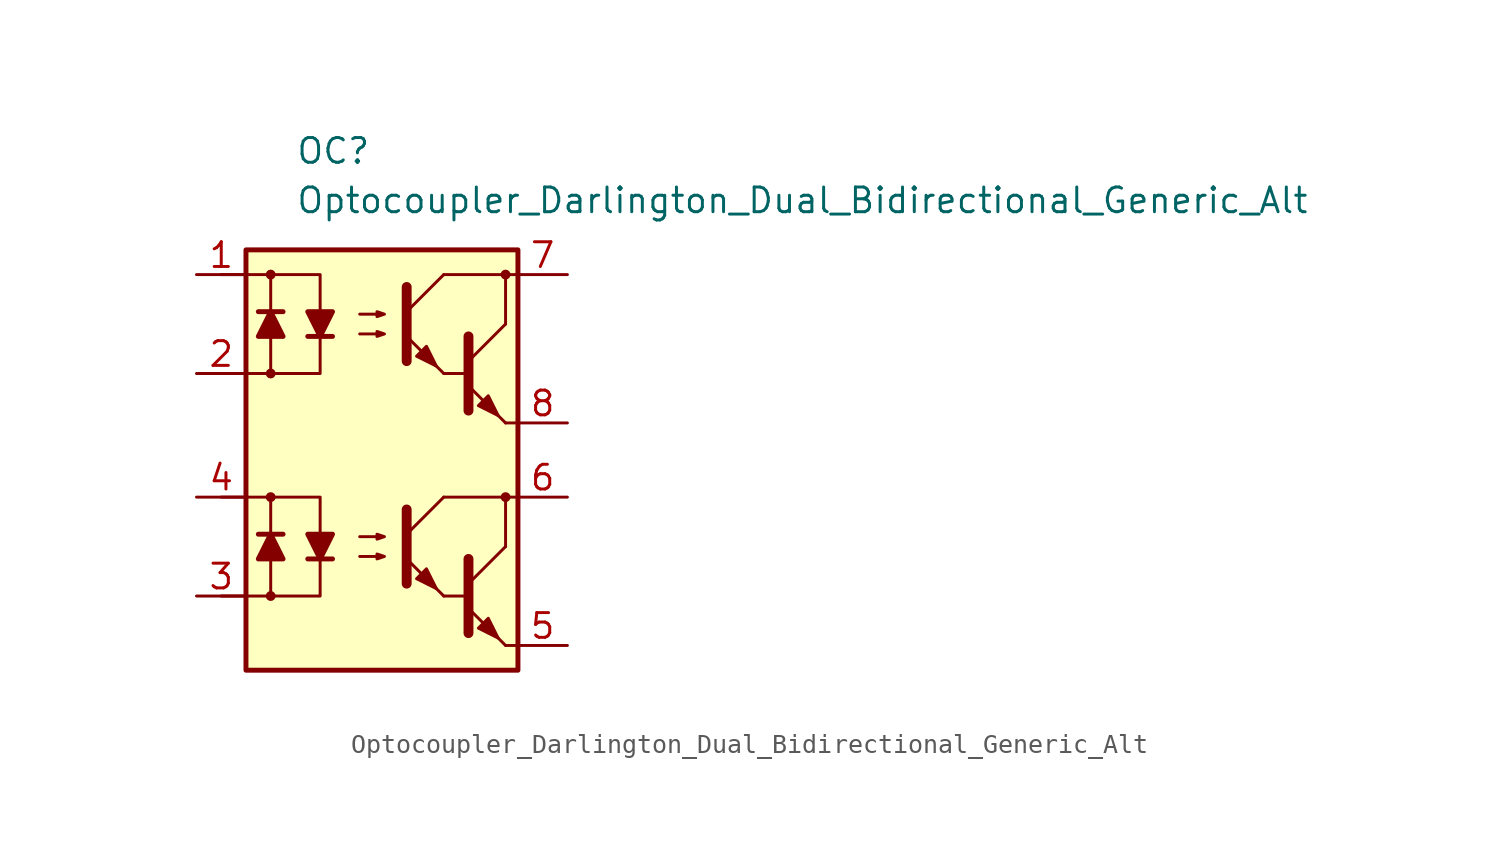
<source format=kicad_sym>
(kicad_symbol_lib
  (version 20211014)
  (generator kicad_symbol_editor)
  (symbol "Optocoupler_Darlington_Dual_Bidirectional_Generic_Alt"
    (pin_names
      (offset 1.016))
    (property "Reference" "OC"
      (at -3.81 15.24 0)
      (effects (font (size 1.27 1.27)) (justify left)))
    (property "Value" "Optocoupler_Darlington_Dual_Bidirectional_Generic_Alt"
      (at -3.81 12.7 0)
      (effects (font (size 1.27 1.27)) (justify left)))
    (symbol "Optocoupler_Darlington_Dual_Bidirectional_Generic_Alt_0_1"
      (rectangle (start -6.35 10.16) (end 7.62 -11.43) (stroke (width 0.254) (type default) (color 0 0 0 0)) (fill (type background)))
      (polyline (pts (xy 3.81 3.81) (xy 5.08 3.81)) (stroke (width 0) (type default) (color 0 0 0 0)) (fill (type none)))
      (polyline (pts (xy 5.08 4.445) (xy 6.985 6.35)) (stroke (width 0) (type default) (color 0 0 0 0)) (fill (type none)))
      (polyline (pts (xy 6.985 1.27) (xy 5.08 3.175)) (stroke (width 0) (type default) (color 0 0 0 0)) (fill (type outline)))
      (polyline (pts (xy 6.985 1.27) (xy 7.62 1.27)) (stroke (width 0) (type default) (color 0 0 0 0)) (fill (type none)))
      (polyline (pts (xy 6.985 6.35) (xy 6.985 8.89)) (stroke (width 0) (type default) (color 0 0 0 0)) (fill (type none)))
      (polyline (pts (xy 7.62 8.89) (xy 3.81 8.89)) (stroke (width 0) (type default) (color 0 0 0 0)) (fill (type none)))
      (polyline (pts (xy 5.08 5.715) (xy 5.08 1.905) (xy 5.08 1.905)) (stroke (width 0.508) (type default) (color 0 0 0 0)) (fill (type none)))
      (polyline (pts (xy -0.508 5.842) (xy 0.762 5.842) (xy 0.381 5.715) (xy 0.381 5.969) (xy 0.762 5.842)) (stroke (width 0) (type default) (color 0 0 0 0)) (fill (type none)))
      (polyline (pts (xy -0.508 6.858) (xy 0.762 6.858) (xy 0.381 6.731) (xy 0.381 6.985) (xy 0.762 6.858)) (stroke (width 0) (type default) (color 0 0 0 0)) (fill (type none)))
      (polyline (pts (xy 5.588 2.159) (xy 6.096 2.667) (xy 6.604 1.651) (xy 5.588 2.159) (xy 5.588 2.159)) (stroke (width 0) (type default) (color 0 0 0 0)) (fill (type outline)))
      (circle (center 6.985 8.89) (radius 0.178) (stroke (width 0) (type default) (color 0 0 0 0)) (fill (type outline))))
    (symbol "Optocoupler_Darlington_Dual_Bidirectional_Generic_Alt_1_1"
      (circle (center -5.08 -7.62) (radius 0.178) (stroke (width 0) (type default) (color 0 0 0 0)) (fill (type outline)))
      (circle (center -5.08 -2.54) (radius 0.178) (stroke (width 0) (type default) (color 0 0 0 0)) (fill (type outline)))
      (circle (center -5.08 3.81) (radius 0.178) (stroke (width 0) (type default) (color 0 0 0 0)) (fill (type outline)))
      (circle (center -5.08 8.89) (radius 0.178) (stroke (width 0) (type default) (color 0 0 0 0)) (fill (type outline)))
      (polyline (pts (xy -4.445 -4.445) (xy -5.715 -4.445)) (stroke (width 0.254) (type default) (color 0 0 0 0)) (fill (type none)))
      (polyline (pts (xy -4.445 6.985) (xy -5.715 6.985)) (stroke (width 0.254) (type default) (color 0 0 0 0)) (fill (type none)))
      (polyline (pts (xy -3.175 -5.715) (xy -1.905 -5.715)) (stroke (width 0.254) (type default) (color 0 0 0 0)) (fill (type none)))
      (polyline (pts (xy -3.175 5.715) (xy -1.905 5.715)) (stroke (width 0.254) (type default) (color 0 0 0 0)) (fill (type none)))
      (polyline (pts (xy 1.905 -4.445) (xy 3.81 -2.54)) (stroke (width 0) (type default) (color 0 0 0 0)) (fill (type none)))
      (polyline (pts (xy 1.905 6.985) (xy 3.81 8.89)) (stroke (width 0) (type default) (color 0 0 0 0)) (fill (type none)))
      (polyline (pts (xy 3.81 -7.62) (xy 1.905 -5.715)) (stroke (width 0) (type default) (color 0 0 0 0)) (fill (type outline)))
      (polyline (pts (xy 3.81 -7.62) (xy 5.08 -7.62)) (stroke (width 0) (type default) (color 0 0 0 0)) (fill (type none)))
      (polyline (pts (xy 3.81 3.81) (xy 1.905 5.715)) (stroke (width 0) (type default) (color 0 0 0 0)) (fill (type outline)))
      (polyline (pts (xy 5.08 -6.985) (xy 6.985 -5.08)) (stroke (width 0) (type default) (color 0 0 0 0)) (fill (type none)))
      (polyline (pts (xy 6.985 -10.16) (xy 5.08 -8.255)) (stroke (width 0) (type default) (color 0 0 0 0)) (fill (type outline)))
      (polyline (pts (xy 6.985 -10.16) (xy 7.62 -10.16)) (stroke (width 0) (type default) (color 0 0 0 0)) (fill (type none)))
      (polyline (pts (xy 6.985 -5.08) (xy 6.985 -2.54)) (stroke (width 0) (type default) (color 0 0 0 0)) (fill (type none)))
      (polyline (pts (xy 7.62 -2.54) (xy 3.81 -2.54)) (stroke (width 0) (type default) (color 0 0 0 0)) (fill (type none)))
      (polyline (pts (xy -7.62 -2.54) (xy -5.08 -2.54) (xy -5.08 -5.715)) (stroke (width 0) (type default) (color 0 0 0 0)) (fill (type none)))
      (polyline (pts (xy -7.62 8.89) (xy -5.08 8.89) (xy -5.08 5.715)) (stroke (width 0) (type default) (color 0 0 0 0)) (fill (type none)))
      (polyline (pts (xy -5.08 -5.715) (xy -5.08 -7.62) (xy -7.62 -7.62)) (stroke (width 0) (type default) (color 0 0 0 0)) (fill (type none)))
      (polyline (pts (xy -5.08 -2.54) (xy -2.54 -2.54) (xy -2.54 -5.715)) (stroke (width 0) (type default) (color 0 0 0 0)) (fill (type none)))
      (polyline (pts (xy -5.08 5.715) (xy -5.08 3.81) (xy -7.62 3.81)) (stroke (width 0) (type default) (color 0 0 0 0)) (fill (type none)))
      (polyline (pts (xy -5.08 8.89) (xy -2.54 8.89) (xy -2.54 5.715)) (stroke (width 0) (type default) (color 0 0 0 0)) (fill (type none)))
      (polyline (pts (xy -2.54 -5.715) (xy -2.54 -7.62) (xy -5.08 -7.62)) (stroke (width 0) (type default) (color 0 0 0 0)) (fill (type none)))
      (polyline (pts (xy -2.54 5.715) (xy -2.54 3.81) (xy -5.08 3.81)) (stroke (width 0) (type default) (color 0 0 0 0)) (fill (type none)))
      (polyline (pts (xy 1.905 -3.175) (xy 1.905 -6.985) (xy 1.905 -6.985)) (stroke (width 0.508) (type default) (color 0 0 0 0)) (fill (type none)))
      (polyline (pts (xy 1.905 8.255) (xy 1.905 4.445) (xy 1.905 4.445)) (stroke (width 0.508) (type default) (color 0 0 0 0)) (fill (type none)))
      (polyline (pts (xy 5.08 -5.715) (xy 5.08 -9.525) (xy 5.08 -9.525)) (stroke (width 0.508) (type default) (color 0 0 0 0)) (fill (type none)))
      (polyline (pts (xy -5.08 -4.445) (xy -4.445 -5.715) (xy -5.715 -5.715) (xy -5.08 -4.445)) (stroke (width 0.254) (type default) (color 0 0 0 0)) (fill (type outline)))
      (polyline (pts (xy -5.08 6.985) (xy -4.445 5.715) (xy -5.715 5.715) (xy -5.08 6.985)) (stroke (width 0.254) (type default) (color 0 0 0 0)) (fill (type outline)))
      (polyline (pts (xy -2.54 -5.715) (xy -3.175 -4.445) (xy -1.905 -4.445) (xy -2.54 -5.715)) (stroke (width 0.254) (type default) (color 0 0 0 0)) (fill (type outline)))
      (polyline (pts (xy -2.54 5.715) (xy -3.175 6.985) (xy -1.905 6.985) (xy -2.54 5.715)) (stroke (width 0.254) (type default) (color 0 0 0 0)) (fill (type outline)))
      (polyline (pts (xy -0.508 -5.588) (xy 0.762 -5.588) (xy 0.381 -5.715) (xy 0.381 -5.461) (xy 0.762 -5.588)) (stroke (width 0) (type default) (color 0 0 0 0)) (fill (type none)))
      (polyline (pts (xy -0.508 -4.572) (xy 0.762 -4.572) (xy 0.381 -4.699) (xy 0.381 -4.445) (xy 0.762 -4.572)) (stroke (width 0) (type default) (color 0 0 0 0)) (fill (type none)))
      (polyline (pts (xy 2.413 -6.731) (xy 2.921 -6.223) (xy 3.429 -7.239) (xy 2.413 -6.731) (xy 2.413 -6.731)) (stroke (width 0) (type default) (color 0 0 0 0)) (fill (type outline)))
      (polyline (pts (xy 2.413 4.699) (xy 2.921 5.207) (xy 3.429 4.191) (xy 2.413 4.699) (xy 2.413 4.699)) (stroke (width 0) (type default) (color 0 0 0 0)) (fill (type outline)))
      (polyline (pts (xy 5.588 -9.271) (xy 6.096 -8.763) (xy 6.604 -9.779) (xy 5.588 -9.271) (xy 5.588 -9.271)) (stroke (width 0) (type default) (color 0 0 0 0)) (fill (type outline)))
      (circle (center 6.985 -2.54) (radius 0.178) (stroke (width 0) (type default) (color 0 0 0 0)) (fill (type outline)))
      (pin passive line (at -8.89 8.89 0) (length 2.54) (name "~" (effects (font (size 1.27 1.27)))) (number "1" (effects (font (size 1.27 1.27)))))
      (pin passive line (at -8.89 3.81 0) (length 2.54) (name "~" (effects (font (size 1.27 1.27)))) (number "2" (effects (font (size 1.27 1.27)))))
      (pin passive line (at -8.89 -7.62 0) (length 2.54) (name "~" (effects (font (size 1.27 1.27)))) (number "3" (effects (font (size 1.27 1.27)))))
      (pin passive line (at -8.89 -2.54 0) (length 2.54) (name "~" (effects (font (size 1.27 1.27)))) (number "4" (effects (font (size 1.27 1.27)))))
      (pin passive line (at 10.16 -10.16 180) (length 2.54) (name "~" (effects (font (size 1.27 1.27)))) (number "5" (effects (font (size 1.27 1.27)))))
      (pin passive line (at 10.16 -2.54 180) (length 2.54) (name "~" (effects (font (size 1.27 1.27)))) (number "6" (effects (font (size 1.27 1.27)))))
      (pin passive line (at 10.16 8.89 180) (length 2.54) (name "~" (effects (font (size 1.27 1.27)))) (number "7" (effects (font (size 1.27 1.27)))))
      (pin passive line (at 10.16 1.27 180) (length 2.54) (name "~" (effects (font (size 1.27 1.27)))) (number "8" (effects (font (size 1.27 1.27))))))))
</source>
